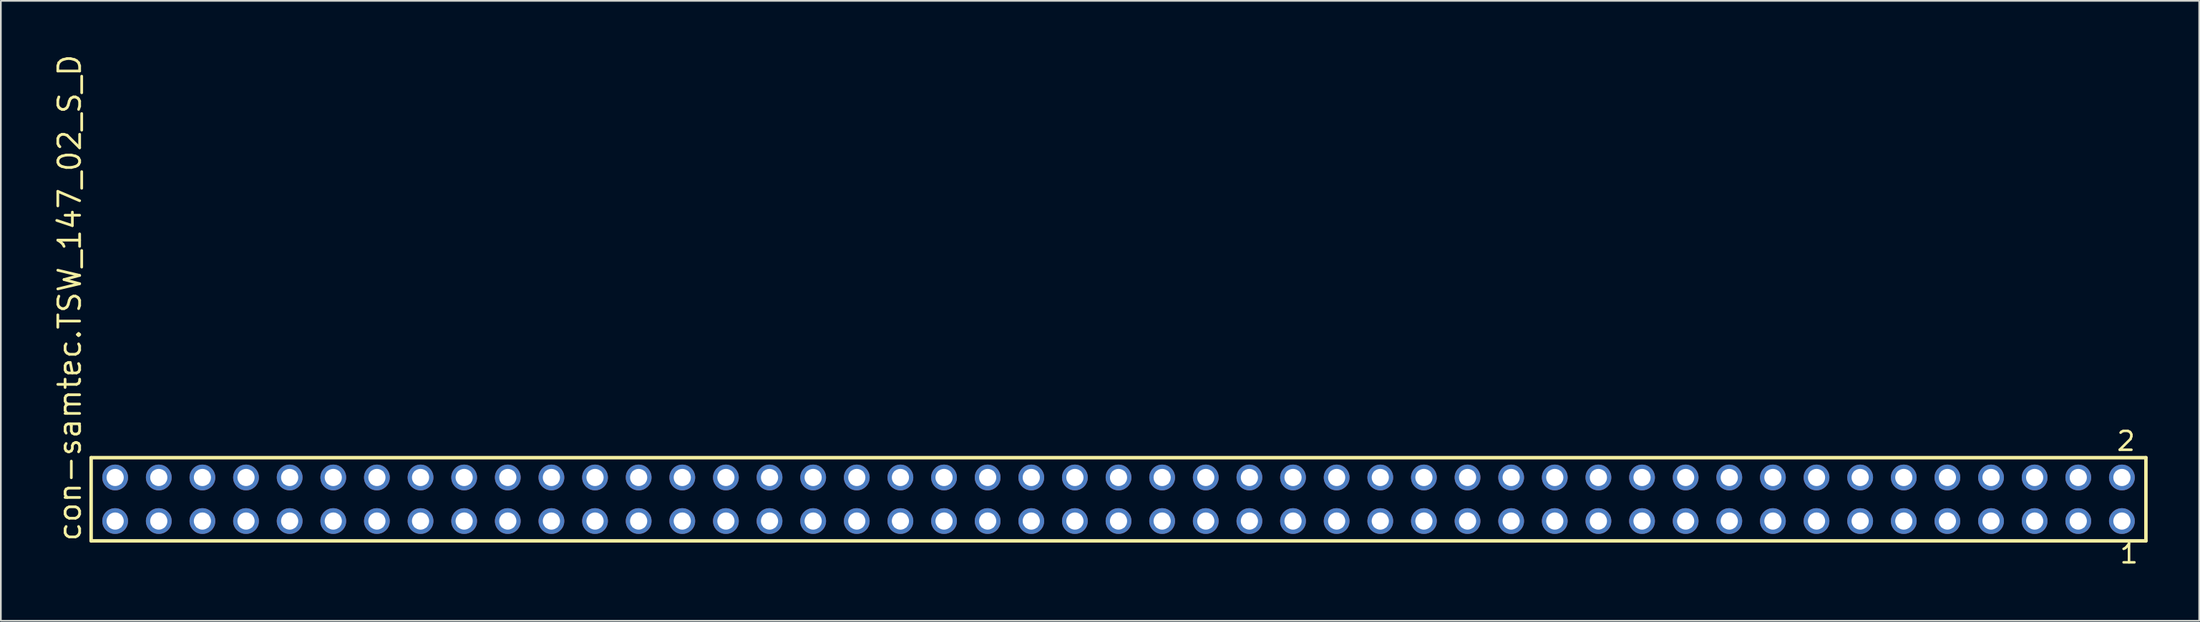
<source format=kicad_pcb>
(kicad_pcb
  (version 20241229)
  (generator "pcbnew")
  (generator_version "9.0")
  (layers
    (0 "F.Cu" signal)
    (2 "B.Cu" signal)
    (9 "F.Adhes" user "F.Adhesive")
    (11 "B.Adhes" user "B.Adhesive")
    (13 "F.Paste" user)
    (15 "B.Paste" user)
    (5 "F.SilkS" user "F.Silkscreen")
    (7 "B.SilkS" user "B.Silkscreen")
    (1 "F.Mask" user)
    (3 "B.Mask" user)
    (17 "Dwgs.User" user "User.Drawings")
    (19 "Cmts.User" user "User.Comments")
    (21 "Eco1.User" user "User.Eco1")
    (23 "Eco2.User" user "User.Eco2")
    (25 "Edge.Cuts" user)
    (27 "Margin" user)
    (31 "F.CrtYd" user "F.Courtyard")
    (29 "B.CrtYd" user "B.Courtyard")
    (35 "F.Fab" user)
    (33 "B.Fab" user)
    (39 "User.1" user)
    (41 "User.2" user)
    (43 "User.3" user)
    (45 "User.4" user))
  (footprint "con-samtec.TSW_147_02_S_D"
    (layer "F.Cu")
    (at 62.075 26.049)
    (property "Reference" "con-samtec.TSW_147_02_S_D" (at -60.325 2.54 90) (layer "F.SilkS") (effects (font (size 1.27 1.27) (thickness 0.16)) (justify left bottom)))
    (attr through_hole)
    (fp_line (start -59.819 -2.425) (end 59.819 -2.425) (stroke (width 0.203) (type default)) (layer "F.SilkS"))
    (fp_line (start -59.819 2.425) (end -59.819 -2.425) (stroke (width 0.203) (type default)) (layer "F.SilkS"))
    (fp_line (start 59.819 -2.425) (end 59.819 2.425) (stroke (width 0.203) (type default)) (layer "F.SilkS"))
    (fp_line (start 59.819 2.425) (end -59.819 2.425) (stroke (width 0.203) (type default)) (layer "F.SilkS"))
    (fp_rect (start -58.77 -0.92) (end -58.07 -1.62) (stroke (width 0.05) (type default)) (fill no) (layer "F.Fab"))
    (fp_rect (start -58.77 1.62) (end -58.07 0.92) (stroke (width 0.05) (type default)) (fill no) (layer "F.Fab"))
    (fp_rect (start -56.23 -0.92) (end -55.53 -1.62) (stroke (width 0.05) (type default)) (fill no) (layer "F.Fab"))
    (fp_rect (start -56.23 1.62) (end -55.53 0.92) (stroke (width 0.05) (type default)) (fill no) (layer "F.Fab"))
    (fp_rect (start -53.69 -0.92) (end -52.99 -1.62) (stroke (width 0.05) (type default)) (fill no) (layer "F.Fab"))
    (fp_rect (start -53.69 1.62) (end -52.99 0.92) (stroke (width 0.05) (type default)) (fill no) (layer "F.Fab"))
    (fp_rect (start -51.15 -0.92) (end -50.45 -1.62) (stroke (width 0.05) (type default)) (fill no) (layer "F.Fab"))
    (fp_rect (start -51.15 1.62) (end -50.45 0.92) (stroke (width 0.05) (type default)) (fill no) (layer "F.Fab"))
    (fp_rect (start -48.61 -0.92) (end -47.91 -1.62) (stroke (width 0.05) (type default)) (fill no) (layer "F.Fab"))
    (fp_rect (start -48.61 1.62) (end -47.91 0.92) (stroke (width 0.05) (type default)) (fill no) (layer "F.Fab"))
    (fp_rect (start -46.07 -0.92) (end -45.37 -1.62) (stroke (width 0.05) (type default)) (fill no) (layer "F.Fab"))
    (fp_rect (start -46.07 1.62) (end -45.37 0.92) (stroke (width 0.05) (type default)) (fill no) (layer "F.Fab"))
    (fp_rect (start -43.53 -0.92) (end -42.83 -1.62) (stroke (width 0.05) (type default)) (fill no) (layer "F.Fab"))
    (fp_rect (start -43.53 1.62) (end -42.83 0.92) (stroke (width 0.05) (type default)) (fill no) (layer "F.Fab"))
    (fp_rect (start -40.99 -0.92) (end -40.29 -1.62) (stroke (width 0.05) (type default)) (fill no) (layer "F.Fab"))
    (fp_rect (start -40.99 1.62) (end -40.29 0.92) (stroke (width 0.05) (type default)) (fill no) (layer "F.Fab"))
    (fp_rect (start -38.45 -0.92) (end -37.75 -1.62) (stroke (width 0.05) (type default)) (fill no) (layer "F.Fab"))
    (fp_rect (start -38.45 1.62) (end -37.75 0.92) (stroke (width 0.05) (type default)) (fill no) (layer "F.Fab"))
    (fp_rect (start -35.91 -0.92) (end -35.21 -1.62) (stroke (width 0.05) (type default)) (fill no) (layer "F.Fab"))
    (fp_rect (start -35.91 1.62) (end -35.21 0.92) (stroke (width 0.05) (type default)) (fill no) (layer "F.Fab"))
    (fp_rect (start -33.37 -0.92) (end -32.67 -1.62) (stroke (width 0.05) (type default)) (fill no) (layer "F.Fab"))
    (fp_rect (start -33.37 1.62) (end -32.67 0.92) (stroke (width 0.05) (type default)) (fill no) (layer "F.Fab"))
    (fp_rect (start -30.83 -0.92) (end -30.13 -1.62) (stroke (width 0.05) (type default)) (fill no) (layer "F.Fab"))
    (fp_rect (start -30.83 1.62) (end -30.13 0.92) (stroke (width 0.05) (type default)) (fill no) (layer "F.Fab"))
    (fp_rect (start -28.29 -0.92) (end -27.59 -1.62) (stroke (width 0.05) (type default)) (fill no) (layer "F.Fab"))
    (fp_rect (start -28.29 1.62) (end -27.59 0.92) (stroke (width 0.05) (type default)) (fill no) (layer "F.Fab"))
    (fp_rect (start -25.75 -0.92) (end -25.05 -1.62) (stroke (width 0.05) (type default)) (fill no) (layer "F.Fab"))
    (fp_rect (start -25.75 1.62) (end -25.05 0.92) (stroke (width 0.05) (type default)) (fill no) (layer "F.Fab"))
    (fp_rect (start -23.21 -0.92) (end -22.51 -1.62) (stroke (width 0.05) (type default)) (fill no) (layer "F.Fab"))
    (fp_rect (start -23.21 1.62) (end -22.51 0.92) (stroke (width 0.05) (type default)) (fill no) (layer "F.Fab"))
    (fp_rect (start -20.67 -0.92) (end -19.97 -1.62) (stroke (width 0.05) (type default)) (fill no) (layer "F.Fab"))
    (fp_rect (start -20.67 1.62) (end -19.97 0.92) (stroke (width 0.05) (type default)) (fill no) (layer "F.Fab"))
    (fp_rect (start -18.13 -0.92) (end -17.43 -1.62) (stroke (width 0.05) (type default)) (fill no) (layer "F.Fab"))
    (fp_rect (start -18.13 1.62) (end -17.43 0.92) (stroke (width 0.05) (type default)) (fill no) (layer "F.Fab"))
    (fp_rect (start -15.59 -0.92) (end -14.89 -1.62) (stroke (width 0.05) (type default)) (fill no) (layer "F.Fab"))
    (fp_rect (start -15.59 1.62) (end -14.89 0.92) (stroke (width 0.05) (type default)) (fill no) (layer "F.Fab"))
    (fp_rect (start -13.05 -0.92) (end -12.35 -1.62) (stroke (width 0.05) (type default)) (fill no) (layer "F.Fab"))
    (fp_rect (start -13.05 1.62) (end -12.35 0.92) (stroke (width 0.05) (type default)) (fill no) (layer "F.Fab"))
    (fp_rect (start -10.51 -0.92) (end -9.81 -1.62) (stroke (width 0.05) (type default)) (fill no) (layer "F.Fab"))
    (fp_rect (start -10.51 1.62) (end -9.81 0.92) (stroke (width 0.05) (type default)) (fill no) (layer "F.Fab"))
    (fp_rect (start -7.97 -0.92) (end -7.27 -1.62) (stroke (width 0.05) (type default)) (fill no) (layer "F.Fab"))
    (fp_rect (start -7.97 1.62) (end -7.27 0.92) (stroke (width 0.05) (type default)) (fill no) (layer "F.Fab"))
    (fp_rect (start -5.43 -0.92) (end -4.73 -1.62) (stroke (width 0.05) (type default)) (fill no) (layer "F.Fab"))
    (fp_rect (start -5.43 1.62) (end -4.73 0.92) (stroke (width 0.05) (type default)) (fill no) (layer "F.Fab"))
    (fp_rect (start -2.89 -0.92) (end -2.19 -1.62) (stroke (width 0.05) (type default)) (fill no) (layer "F.Fab"))
    (fp_rect (start -2.89 1.62) (end -2.19 0.92) (stroke (width 0.05) (type default)) (fill no) (layer "F.Fab"))
    (fp_rect (start -0.35 -0.92) (end 0.35 -1.62) (stroke (width 0.05) (type default)) (fill no) (layer "F.Fab"))
    (fp_rect (start -0.35 1.62) (end 0.35 0.92) (stroke (width 0.05) (type default)) (fill no) (layer "F.Fab"))
    (fp_rect (start 2.19 -0.92) (end 2.89 -1.62) (stroke (width 0.05) (type default)) (fill no) (layer "F.Fab"))
    (fp_rect (start 2.19 1.62) (end 2.89 0.92) (stroke (width 0.05) (type default)) (fill no) (layer "F.Fab"))
    (fp_rect (start 4.73 -0.92) (end 5.43 -1.62) (stroke (width 0.05) (type default)) (fill no) (layer "F.Fab"))
    (fp_rect (start 4.73 1.62) (end 5.43 0.92) (stroke (width 0.05) (type default)) (fill no) (layer "F.Fab"))
    (fp_rect (start 7.27 -0.92) (end 7.97 -1.62) (stroke (width 0.05) (type default)) (fill no) (layer "F.Fab"))
    (fp_rect (start 7.27 1.62) (end 7.97 0.92) (stroke (width 0.05) (type default)) (fill no) (layer "F.Fab"))
    (fp_rect (start 9.81 -0.92) (end 10.51 -1.62) (stroke (width 0.05) (type default)) (fill no) (layer "F.Fab"))
    (fp_rect (start 9.81 1.62) (end 10.51 0.92) (stroke (width 0.05) (type default)) (fill no) (layer "F.Fab"))
    (fp_rect (start 12.35 -0.92) (end 13.05 -1.62) (stroke (width 0.05) (type default)) (fill no) (layer "F.Fab"))
    (fp_rect (start 12.35 1.62) (end 13.05 0.92) (stroke (width 0.05) (type default)) (fill no) (layer "F.Fab"))
    (fp_rect (start 14.89 -0.92) (end 15.59 -1.62) (stroke (width 0.05) (type default)) (fill no) (layer "F.Fab"))
    (fp_rect (start 14.89 1.62) (end 15.59 0.92) (stroke (width 0.05) (type default)) (fill no) (layer "F.Fab"))
    (fp_rect (start 17.43 -0.92) (end 18.13 -1.62) (stroke (width 0.05) (type default)) (fill no) (layer "F.Fab"))
    (fp_rect (start 17.43 1.62) (end 18.13 0.92) (stroke (width 0.05) (type default)) (fill no) (layer "F.Fab"))
    (fp_rect (start 19.97 -0.92) (end 20.67 -1.62) (stroke (width 0.05) (type default)) (fill no) (layer "F.Fab"))
    (fp_rect (start 19.97 1.62) (end 20.67 0.92) (stroke (width 0.05) (type default)) (fill no) (layer "F.Fab"))
    (fp_rect (start 22.51 -0.92) (end 23.21 -1.62) (stroke (width 0.05) (type default)) (fill no) (layer "F.Fab"))
    (fp_rect (start 22.51 1.62) (end 23.21 0.92) (stroke (width 0.05) (type default)) (fill no) (layer "F.Fab"))
    (fp_rect (start 25.05 -0.92) (end 25.75 -1.62) (stroke (width 0.05) (type default)) (fill no) (layer "F.Fab"))
    (fp_rect (start 25.05 1.62) (end 25.75 0.92) (stroke (width 0.05) (type default)) (fill no) (layer "F.Fab"))
    (fp_rect (start 27.59 -0.92) (end 28.29 -1.62) (stroke (width 0.05) (type default)) (fill no) (layer "F.Fab"))
    (fp_rect (start 27.59 1.62) (end 28.29 0.92) (stroke (width 0.05) (type default)) (fill no) (layer "F.Fab"))
    (fp_rect (start 30.13 -0.92) (end 30.83 -1.62) (stroke (width 0.05) (type default)) (fill no) (layer "F.Fab"))
    (fp_rect (start 30.13 1.62) (end 30.83 0.92) (stroke (width 0.05) (type default)) (fill no) (layer "F.Fab"))
    (fp_rect (start 32.67 -0.92) (end 33.37 -1.62) (stroke (width 0.05) (type default)) (fill no) (layer "F.Fab"))
    (fp_rect (start 32.67 1.62) (end 33.37 0.92) (stroke (width 0.05) (type default)) (fill no) (layer "F.Fab"))
    (fp_rect (start 35.21 -0.92) (end 35.91 -1.62) (stroke (width 0.05) (type default)) (fill no) (layer "F.Fab"))
    (fp_rect (start 35.21 1.62) (end 35.91 0.92) (stroke (width 0.05) (type default)) (fill no) (layer "F.Fab"))
    (fp_rect (start 37.75 -0.92) (end 38.45 -1.62) (stroke (width 0.05) (type default)) (fill no) (layer "F.Fab"))
    (fp_rect (start 37.75 1.62) (end 38.45 0.92) (stroke (width 0.05) (type default)) (fill no) (layer "F.Fab"))
    (fp_rect (start 40.29 -0.92) (end 40.99 -1.62) (stroke (width 0.05) (type default)) (fill no) (layer "F.Fab"))
    (fp_rect (start 40.29 1.62) (end 40.99 0.92) (stroke (width 0.05) (type default)) (fill no) (layer "F.Fab"))
    (fp_rect (start 42.83 -0.92) (end 43.53 -1.62) (stroke (width 0.05) (type default)) (fill no) (layer "F.Fab"))
    (fp_rect (start 42.83 1.62) (end 43.53 0.92) (stroke (width 0.05) (type default)) (fill no) (layer "F.Fab"))
    (fp_rect (start 45.37 -0.92) (end 46.07 -1.62) (stroke (width 0.05) (type default)) (fill no) (layer "F.Fab"))
    (fp_rect (start 45.37 1.62) (end 46.07 0.92) (stroke (width 0.05) (type default)) (fill no) (layer "F.Fab"))
    (fp_rect (start 47.91 -0.92) (end 48.61 -1.62) (stroke (width 0.05) (type default)) (fill no) (layer "F.Fab"))
    (fp_rect (start 47.91 1.62) (end 48.61 0.92) (stroke (width 0.05) (type default)) (fill no) (layer "F.Fab"))
    (fp_rect (start 50.45 -0.92) (end 51.15 -1.62) (stroke (width 0.05) (type default)) (fill no) (layer "F.Fab"))
    (fp_rect (start 50.45 1.62) (end 51.15 0.92) (stroke (width 0.05) (type default)) (fill no) (layer "F.Fab"))
    (fp_rect (start 52.99 -0.92) (end 53.69 -1.62) (stroke (width 0.05) (type default)) (fill no) (layer "F.Fab"))
    (fp_rect (start 52.99 1.62) (end 53.69 0.92) (stroke (width 0.05) (type default)) (fill no) (layer "F.Fab"))
    (fp_rect (start 55.53 -0.92) (end 56.23 -1.62) (stroke (width 0.05) (type default)) (fill no) (layer "F.Fab"))
    (fp_rect (start 55.53 1.62) (end 56.23 0.92) (stroke (width 0.05) (type default)) (fill no) (layer "F.Fab"))
    (fp_rect (start 58.07 -0.92) (end 58.77 -1.62) (stroke (width 0.05) (type default)) (fill no) (layer "F.Fab"))
    (fp_rect (start 58.07 1.62) (end 58.77 0.92) (stroke (width 0.05) (type default)) (fill no) (layer "F.Fab"))
    (fp_text user "1" (at 58.212 3.818 0) (layer "F.SilkS") (effects (font (size 1.1 1.1) (thickness 0.15)) (justify left bottom)))
    (fp_text user "2" (at 58.037 -2.744 0) (layer "F.SilkS") (effects (font (size 1.1 1.1) (thickness 0.15)) (justify left bottom)))
    (pad "1" thru_hole circle (at 58.42 1.27 180) (size 1.5 1.5) (drill 1) (layers "*.Cu" "*.Mask"))
    (pad "2" thru_hole circle (at 58.42 -1.27 180) (size 1.5 1.5) (drill 1) (layers "*.Cu" "*.Mask"))
    (pad "3" thru_hole circle (at 55.88 1.27 180) (size 1.5 1.5) (drill 1) (layers "*.Cu" "*.Mask"))
    (pad "4" thru_hole circle (at 55.88 -1.27 180) (size 1.5 1.5) (drill 1) (layers "*.Cu" "*.Mask"))
    (pad "5" thru_hole circle (at 53.34 1.27 180) (size 1.5 1.5) (drill 1) (layers "*.Cu" "*.Mask"))
    (pad "6" thru_hole circle (at 53.34 -1.27 180) (size 1.5 1.5) (drill 1) (layers "*.Cu" "*.Mask"))
    (pad "7" thru_hole circle (at 50.8 1.27 180) (size 1.5 1.5) (drill 1) (layers "*.Cu" "*.Mask"))
    (pad "8" thru_hole circle (at 50.8 -1.27 180) (size 1.5 1.5) (drill 1) (layers "*.Cu" "*.Mask"))
    (pad "9" thru_hole circle (at 48.26 1.27 180) (size 1.5 1.5) (drill 1) (layers "*.Cu" "*.Mask"))
    (pad "10" thru_hole circle (at 48.26 -1.27 180) (size 1.5 1.5) (drill 1) (layers "*.Cu" "*.Mask"))
    (pad "11" thru_hole circle (at 45.72 1.27 180) (size 1.5 1.5) (drill 1) (layers "*.Cu" "*.Mask"))
    (pad "12" thru_hole circle (at 45.72 -1.27 180) (size 1.5 1.5) (drill 1) (layers "*.Cu" "*.Mask"))
    (pad "13" thru_hole circle (at 43.18 1.27 180) (size 1.5 1.5) (drill 1) (layers "*.Cu" "*.Mask"))
    (pad "14" thru_hole circle (at 43.18 -1.27 180) (size 1.5 1.5) (drill 1) (layers "*.Cu" "*.Mask"))
    (pad "15" thru_hole circle (at 40.64 1.27 180) (size 1.5 1.5) (drill 1) (layers "*.Cu" "*.Mask"))
    (pad "16" thru_hole circle (at 40.64 -1.27 180) (size 1.5 1.5) (drill 1) (layers "*.Cu" "*.Mask"))
    (pad "17" thru_hole circle (at 38.1 1.27 180) (size 1.5 1.5) (drill 1) (layers "*.Cu" "*.Mask"))
    (pad "18" thru_hole circle (at 38.1 -1.27 180) (size 1.5 1.5) (drill 1) (layers "*.Cu" "*.Mask"))
    (pad "19" thru_hole circle (at 35.56 1.27 180) (size 1.5 1.5) (drill 1) (layers "*.Cu" "*.Mask"))
    (pad "20" thru_hole circle (at 35.56 -1.27 180) (size 1.5 1.5) (drill 1) (layers "*.Cu" "*.Mask"))
    (pad "21" thru_hole circle (at 33.02 1.27 180) (size 1.5 1.5) (drill 1) (layers "*.Cu" "*.Mask"))
    (pad "22" thru_hole circle (at 33.02 -1.27 180) (size 1.5 1.5) (drill 1) (layers "*.Cu" "*.Mask"))
    (pad "23" thru_hole circle (at 30.48 1.27 180) (size 1.5 1.5) (drill 1) (layers "*.Cu" "*.Mask"))
    (pad "24" thru_hole circle (at 30.48 -1.27 180) (size 1.5 1.5) (drill 1) (layers "*.Cu" "*.Mask"))
    (pad "25" thru_hole circle (at 27.94 1.27 180) (size 1.5 1.5) (drill 1) (layers "*.Cu" "*.Mask"))
    (pad "26" thru_hole circle (at 27.94 -1.27 180) (size 1.5 1.5) (drill 1) (layers "*.Cu" "*.Mask"))
    (pad "27" thru_hole circle (at 25.4 1.27 180) (size 1.5 1.5) (drill 1) (layers "*.Cu" "*.Mask"))
    (pad "28" thru_hole circle (at 25.4 -1.27 180) (size 1.5 1.5) (drill 1) (layers "*.Cu" "*.Mask"))
    (pad "29" thru_hole circle (at 22.86 1.27 180) (size 1.5 1.5) (drill 1) (layers "*.Cu" "*.Mask"))
    (pad "30" thru_hole circle (at 22.86 -1.27 180) (size 1.5 1.5) (drill 1) (layers "*.Cu" "*.Mask"))
    (pad "31" thru_hole circle (at 20.32 1.27 180) (size 1.5 1.5) (drill 1) (layers "*.Cu" "*.Mask"))
    (pad "32" thru_hole circle (at 20.32 -1.27 180) (size 1.5 1.5) (drill 1) (layers "*.Cu" "*.Mask"))
    (pad "33" thru_hole circle (at 17.78 1.27 180) (size 1.5 1.5) (drill 1) (layers "*.Cu" "*.Mask"))
    (pad "34" thru_hole circle (at 17.78 -1.27 180) (size 1.5 1.5) (drill 1) (layers "*.Cu" "*.Mask"))
    (pad "35" thru_hole circle (at 15.24 1.27 180) (size 1.5 1.5) (drill 1) (layers "*.Cu" "*.Mask"))
    (pad "36" thru_hole circle (at 15.24 -1.27 180) (size 1.5 1.5) (drill 1) (layers "*.Cu" "*.Mask"))
    (pad "37" thru_hole circle (at 12.7 1.27 180) (size 1.5 1.5) (drill 1) (layers "*.Cu" "*.Mask"))
    (pad "38" thru_hole circle (at 12.7 -1.27 180) (size 1.5 1.5) (drill 1) (layers "*.Cu" "*.Mask"))
    (pad "39" thru_hole circle (at 10.16 1.27 180) (size 1.5 1.5) (drill 1) (layers "*.Cu" "*.Mask"))
    (pad "40" thru_hole circle (at 10.16 -1.27 180) (size 1.5 1.5) (drill 1) (layers "*.Cu" "*.Mask"))
    (pad "41" thru_hole circle (at 7.62 1.27 180) (size 1.5 1.5) (drill 1) (layers "*.Cu" "*.Mask"))
    (pad "42" thru_hole circle (at 7.62 -1.27 180) (size 1.5 1.5) (drill 1) (layers "*.Cu" "*.Mask"))
    (pad "43" thru_hole circle (at 5.08 1.27 180) (size 1.5 1.5) (drill 1) (layers "*.Cu" "*.Mask"))
    (pad "44" thru_hole circle (at 5.08 -1.27 180) (size 1.5 1.5) (drill 1) (layers "*.Cu" "*.Mask"))
    (pad "45" thru_hole circle (at 2.54 1.27 180) (size 1.5 1.5) (drill 1) (layers "*.Cu" "*.Mask"))
    (pad "46" thru_hole circle (at 2.54 -1.27 180) (size 1.5 1.5) (drill 1) (layers "*.Cu" "*.Mask"))
    (pad "47" thru_hole circle (at 0 1.27 180) (size 1.5 1.5) (drill 1) (layers "*.Cu" "*.Mask"))
    (pad "48" thru_hole circle (at 0 -1.27 180) (size 1.5 1.5) (drill 1) (layers "*.Cu" "*.Mask"))
    (pad "49" thru_hole circle (at -2.54 1.27 180) (size 1.5 1.5) (drill 1) (layers "*.Cu" "*.Mask"))
    (pad "50" thru_hole circle (at -2.54 -1.27 180) (size 1.5 1.5) (drill 1) (layers "*.Cu" "*.Mask"))
    (pad "51" thru_hole circle (at -5.08 1.27 180) (size 1.5 1.5) (drill 1) (layers "*.Cu" "*.Mask"))
    (pad "52" thru_hole circle (at -5.08 -1.27 180) (size 1.5 1.5) (drill 1) (layers "*.Cu" "*.Mask"))
    (pad "53" thru_hole circle (at -7.62 1.27 180) (size 1.5 1.5) (drill 1) (layers "*.Cu" "*.Mask"))
    (pad "54" thru_hole circle (at -7.62 -1.27 180) (size 1.5 1.5) (drill 1) (layers "*.Cu" "*.Mask"))
    (pad "55" thru_hole circle (at -10.16 1.27 180) (size 1.5 1.5) (drill 1) (layers "*.Cu" "*.Mask"))
    (pad "56" thru_hole circle (at -10.16 -1.27 180) (size 1.5 1.5) (drill 1) (layers "*.Cu" "*.Mask"))
    (pad "57" thru_hole circle (at -12.7 1.27 180) (size 1.5 1.5) (drill 1) (layers "*.Cu" "*.Mask"))
    (pad "58" thru_hole circle (at -12.7 -1.27 180) (size 1.5 1.5) (drill 1) (layers "*.Cu" "*.Mask"))
    (pad "59" thru_hole circle (at -15.24 1.27 180) (size 1.5 1.5) (drill 1) (layers "*.Cu" "*.Mask"))
    (pad "60" thru_hole circle (at -15.24 -1.27 180) (size 1.5 1.5) (drill 1) (layers "*.Cu" "*.Mask"))
    (pad "61" thru_hole circle (at -17.78 1.27 180) (size 1.5 1.5) (drill 1) (layers "*.Cu" "*.Mask"))
    (pad "62" thru_hole circle (at -17.78 -1.27 180) (size 1.5 1.5) (drill 1) (layers "*.Cu" "*.Mask"))
    (pad "63" thru_hole circle (at -20.32 1.27 180) (size 1.5 1.5) (drill 1) (layers "*.Cu" "*.Mask"))
    (pad "64" thru_hole circle (at -20.32 -1.27 180) (size 1.5 1.5) (drill 1) (layers "*.Cu" "*.Mask"))
    (pad "65" thru_hole circle (at -22.86 1.27 180) (size 1.5 1.5) (drill 1) (layers "*.Cu" "*.Mask"))
    (pad "66" thru_hole circle (at -22.86 -1.27 180) (size 1.5 1.5) (drill 1) (layers "*.Cu" "*.Mask"))
    (pad "67" thru_hole circle (at -25.4 1.27 180) (size 1.5 1.5) (drill 1) (layers "*.Cu" "*.Mask"))
    (pad "68" thru_hole circle (at -25.4 -1.27 180) (size 1.5 1.5) (drill 1) (layers "*.Cu" "*.Mask"))
    (pad "69" thru_hole circle (at -27.94 1.27 180) (size 1.5 1.5) (drill 1) (layers "*.Cu" "*.Mask"))
    (pad "70" thru_hole circle (at -27.94 -1.27 180) (size 1.5 1.5) (drill 1) (layers "*.Cu" "*.Mask"))
    (pad "71" thru_hole circle (at -30.48 1.27 180) (size 1.5 1.5) (drill 1) (layers "*.Cu" "*.Mask"))
    (pad "72" thru_hole circle (at -30.48 -1.27 180) (size 1.5 1.5) (drill 1) (layers "*.Cu" "*.Mask"))
    (pad "73" thru_hole circle (at -33.02 1.27 180) (size 1.5 1.5) (drill 1) (layers "*.Cu" "*.Mask"))
    (pad "74" thru_hole circle (at -33.02 -1.27 180) (size 1.5 1.5) (drill 1) (layers "*.Cu" "*.Mask"))
    (pad "75" thru_hole circle (at -35.56 1.27 180) (size 1.5 1.5) (drill 1) (layers "*.Cu" "*.Mask"))
    (pad "76" thru_hole circle (at -35.56 -1.27 180) (size 1.5 1.5) (drill 1) (layers "*.Cu" "*.Mask"))
    (pad "77" thru_hole circle (at -38.1 1.27 180) (size 1.5 1.5) (drill 1) (layers "*.Cu" "*.Mask"))
    (pad "78" thru_hole circle (at -38.1 -1.27 180) (size 1.5 1.5) (drill 1) (layers "*.Cu" "*.Mask"))
    (pad "79" thru_hole circle (at -40.64 1.27 180) (size 1.5 1.5) (drill 1) (layers "*.Cu" "*.Mask"))
    (pad "80" thru_hole circle (at -40.64 -1.27 180) (size 1.5 1.5) (drill 1) (layers "*.Cu" "*.Mask"))
    (pad "81" thru_hole circle (at -43.18 1.27 180) (size 1.5 1.5) (drill 1) (layers "*.Cu" "*.Mask"))
    (pad "82" thru_hole circle (at -43.18 -1.27 180) (size 1.5 1.5) (drill 1) (layers "*.Cu" "*.Mask"))
    (pad "83" thru_hole circle (at -45.72 1.27 180) (size 1.5 1.5) (drill 1) (layers "*.Cu" "*.Mask"))
    (pad "84" thru_hole circle (at -45.72 -1.27 180) (size 1.5 1.5) (drill 1) (layers "*.Cu" "*.Mask"))
    (pad "85" thru_hole circle (at -48.26 1.27 180) (size 1.5 1.5) (drill 1) (layers "*.Cu" "*.Mask"))
    (pad "86" thru_hole circle (at -48.26 -1.27 180) (size 1.5 1.5) (drill 1) (layers "*.Cu" "*.Mask"))
    (pad "87" thru_hole circle (at -50.8 1.27 180) (size 1.5 1.5) (drill 1) (layers "*.Cu" "*.Mask"))
    (pad "88" thru_hole circle (at -50.8 -1.27 180) (size 1.5 1.5) (drill 1) (layers "*.Cu" "*.Mask"))
    (pad "89" thru_hole circle (at -53.34 1.27 180) (size 1.5 1.5) (drill 1) (layers "*.Cu" "*.Mask"))
    (pad "90" thru_hole circle (at -53.34 -1.27 180) (size 1.5 1.5) (drill 1) (layers "*.Cu" "*.Mask"))
    (pad "91" thru_hole circle (at -55.88 1.27 180) (size 1.5 1.5) (drill 1) (layers "*.Cu" "*.Mask"))
    (pad "92" thru_hole circle (at -55.88 -1.27 180) (size 1.5 1.5) (drill 1) (layers "*.Cu" "*.Mask"))
    (pad "93" thru_hole circle (at -58.42 1.27 180) (size 1.5 1.5) (drill 1) (layers "*.Cu" "*.Mask"))
    (pad "94" thru_hole circle (at -58.42 -1.27 180) (size 1.5 1.5) (drill 1) (layers "*.Cu" "*.Mask")))
  (gr_rect
    (start -3 -3)
    (end 124.996 33.131)
    (stroke (width 0.1) (type default))
    (fill no)
    (layer "Edge.Cuts")))
</source>
